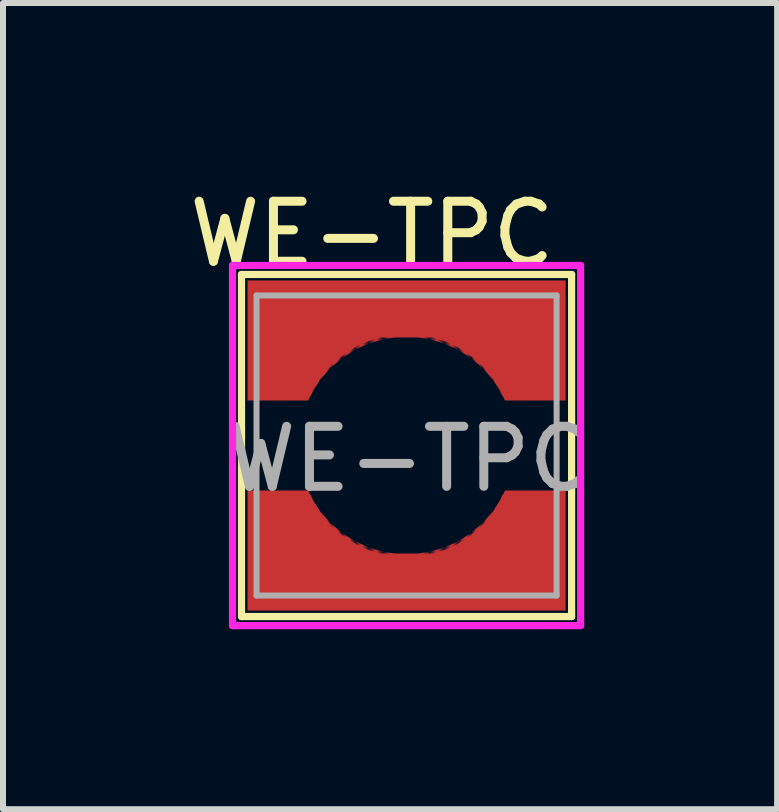
<source format=kicad_pcb>
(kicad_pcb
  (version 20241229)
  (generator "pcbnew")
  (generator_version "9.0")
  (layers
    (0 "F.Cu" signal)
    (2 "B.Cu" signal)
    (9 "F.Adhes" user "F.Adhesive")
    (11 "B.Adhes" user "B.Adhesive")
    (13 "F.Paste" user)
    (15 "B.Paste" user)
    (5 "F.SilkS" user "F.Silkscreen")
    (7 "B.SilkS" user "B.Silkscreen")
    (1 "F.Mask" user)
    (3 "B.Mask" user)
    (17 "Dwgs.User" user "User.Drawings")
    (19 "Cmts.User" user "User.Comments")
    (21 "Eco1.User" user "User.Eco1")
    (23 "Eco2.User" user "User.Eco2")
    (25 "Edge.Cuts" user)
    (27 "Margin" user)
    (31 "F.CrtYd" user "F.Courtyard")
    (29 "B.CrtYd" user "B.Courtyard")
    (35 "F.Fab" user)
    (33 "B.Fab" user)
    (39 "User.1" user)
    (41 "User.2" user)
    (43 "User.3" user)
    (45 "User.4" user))
  (footprint "WE-TPC"
    (layer "F.Cu")
    (at 3.724 4.373)
    (property "Reference" "WE-TPC" (at -0.575 -3.525 0) (layer "F.SilkS") (effects (font (size 1 1) (thickness 0.15))))
    (attr through_hole)
    (fp_line (start -2.75 -2.85) (end 2.75 -2.85) (stroke (width 0.12) (type solid)) (layer "F.SilkS"))
    (fp_line (start -2.75 -2.825) (end -2.75 -2.85) (stroke (width 0.12) (type solid)) (layer "F.SilkS"))
    (fp_line (start -2.75 2.85) (end -2.75 -2.825) (stroke (width 0.12) (type solid)) (layer "F.SilkS"))
    (fp_line (start 2.75 -2.85) (end 2.75 2.85) (stroke (width 0.12) (type solid)) (layer "F.SilkS"))
    (fp_line (start 2.75 2.85) (end -2.75 2.85) (stroke (width 0.12) (type solid)) (layer "F.SilkS"))
    (fp_line (start -2.9 -3) (end -2.55 -3) (stroke (width 0.12) (type solid)) (layer "F.CrtYd"))
    (fp_line (start -2.9 3) (end -2.9 -3) (stroke (width 0.12) (type solid)) (layer "F.CrtYd"))
    (fp_line (start -2.875 3) (end -2.9 3) (stroke (width 0.12) (type solid)) (layer "F.CrtYd"))
    (fp_line (start -2.55 -3) (end 2.9 -3) (stroke (width 0.12) (type solid)) (layer "F.CrtYd"))
    (fp_line (start 2.45 3) (end -2.875 3) (stroke (width 0.12) (type solid)) (layer "F.CrtYd"))
    (fp_line (start 2.9 -3) (end 2.9 3) (stroke (width 0.12) (type solid)) (layer "F.CrtYd"))
    (fp_line (start 2.9 3) (end 2.45 3) (stroke (width 0.12) (type solid)) (layer "F.CrtYd"))
    (fp_line (start -2.5 -2.5) (end 2.5 -2.5) (stroke (width 0.1) (type solid)) (layer "F.Fab"))
    (fp_line (start -2.5 2.5) (end -2.5 -2.5) (stroke (width 0.1) (type solid)) (layer "F.Fab"))
    (fp_line (start 2.5 -2.5) (end 2.5 2.5) (stroke (width 0.1) (type solid)) (layer "F.Fab"))
    (fp_line (start 2.5 2.5) (end -2.5 2.5) (stroke (width 0.1) (type solid)) (layer "F.Fab"))
    (fp_text user "${REFERENCE}" (at 0.025 0.225 0) (layer "F.Fab") (effects (font (size 1 1) (thickness 0.15))))
    (pad "1" smd custom (at 0 -2.25) (size 5.3 0.5) (layers "F.Cu" "F.Mask" "F.Paste") (options (anchor rect)) (primitives (gr_poly (pts (xy -2.65 -0.5) (xy 2.65 -0.5) (xy 2.65 1.5) (xy 1.64 1.5) (xy 1.64 0.6) (xy 1.5 0.45) (xy -1.5 0.45) (xy -1.64 0.6) (xy -1.64 1.5) (xy -2.65 1.5)) (width 0) (fill yes)) (gr_arc (start -1.64 1.4) (mid -0.000773 0.346642) (end 1.639356 1.398594) (width 0.1)) (gr_arc (start -1.64 1.3) (mid -0.000773 0.246642) (end 1.639356 1.298594) (width 0.1)) (gr_arc (start -1.64 1.2) (mid -0.000773 0.146642) (end 1.639356 1.198594) (width 0.1)) (gr_arc (start -1.64 1.1) (mid -0.000773 0.046642) (end 1.639356 1.098594) (width 0.1)) (gr_arc (start -1.64 1) (mid -0.000773 -0.053358) (end 1.639356 0.998594) (width 0.1)) (gr_arc (start -1.64 0.9) (mid -0.000773 -0.153358) (end 1.639356 0.898594) (width 0.1)) (gr_arc (start -1.64 0.8) (mid -0.000773 -0.253358) (end 1.639356 0.798594) (width 0.1)) (gr_arc (start -1.64 0.7) (mid -0.000773 -0.353358) (end 1.639356 0.698594) (width 0.1)) (gr_arc (start -1.64 0.6) (mid -0.000773 -0.453358) (end 1.639356 0.598594) (width 0.1)) (gr_arc (start -1.64 1.49) (mid -0.000773 0.436642) (end 1.639356 1.488594) (width 0.01)) (gr_arc (start -1.64 1.48) (mid -0.000773 0.426642) (end 1.639356 1.478594) (width 0.01)) (gr_arc (start -1.64 1.47) (mid -0.000773 0.416642) (end 1.639356 1.468594) (width 0.01)) (gr_arc (start -1.64 1.46) (mid -0.000773 0.406642) (end 1.639356 1.458594) (width 0.01)) (gr_arc (start -1.64 1.45) (mid -0.000773 0.396642) (end 1.639356 1.448594) (width 0.01))))
    (pad "2" smd custom (at 0 2.25 180) (size 5.3 0.5) (layers "F.Cu" "F.Mask" "F.Paste") (options (anchor rect)) (primitives (gr_poly (pts (xy -2.65 -0.5) (xy 2.65 -0.5) (xy 2.65 1.5) (xy 1.64 1.5) (xy 1.64 0.6) (xy 1.5 0.45) (xy -1.5 0.45) (xy -1.64 0.6) (xy -1.64 1.5) (xy -2.65 1.5)) (width 0) (fill yes)) (gr_arc (start -1.64 1.4) (mid -0.000773 0.346642) (end 1.639356 1.398594) (width 0.1)) (gr_arc (start -1.64 1.3) (mid -0.000773 0.246642) (end 1.639356 1.298594) (width 0.1)) (gr_arc (start -1.64 1.2) (mid -0.000773 0.146642) (end 1.639356 1.198594) (width 0.1)) (gr_arc (start -1.64 1.1) (mid -0.000773 0.046642) (end 1.639356 1.098594) (width 0.1)) (gr_arc (start -1.64 1) (mid -0.000773 -0.053358) (end 1.639356 0.998594) (width 0.1)) (gr_arc (start -1.64 0.9) (mid -0.000773 -0.153358) (end 1.639356 0.898594) (width 0.1)) (gr_arc (start -1.64 0.8) (mid -0.000773 -0.253358) (end 1.639356 0.798594) (width 0.1)) (gr_arc (start -1.64 0.7) (mid -0.000773 -0.353358) (end 1.639356 0.698594) (width 0.1)) (gr_arc (start -1.64 0.6) (mid -0.000773 -0.453358) (end 1.639356 0.598594) (width 0.1)) (gr_arc (start -1.64 1.49) (mid -0.000773 0.436642) (end 1.639356 1.488594) (width 0.01)) (gr_arc (start -1.64 1.48) (mid -0.000773 0.426642) (end 1.639356 1.478594) (width 0.01)) (gr_arc (start -1.64 1.47) (mid -0.000773 0.416642) (end 1.639356 1.468594) (width 0.01)) (gr_arc (start -1.64 1.46) (mid -0.000773 0.406642) (end 1.639356 1.458594) (width 0.01)) (gr_arc (start -1.64 1.45) (mid -0.000773 0.396642) (end 1.639356 1.448594) (width 0.01)))))
  (gr_rect
    (start -3 -3)
    (end 9.898 10.433)
    (stroke (width 0.1) (type default))
    (fill no)
    (layer "Edge.Cuts")))
</source>
